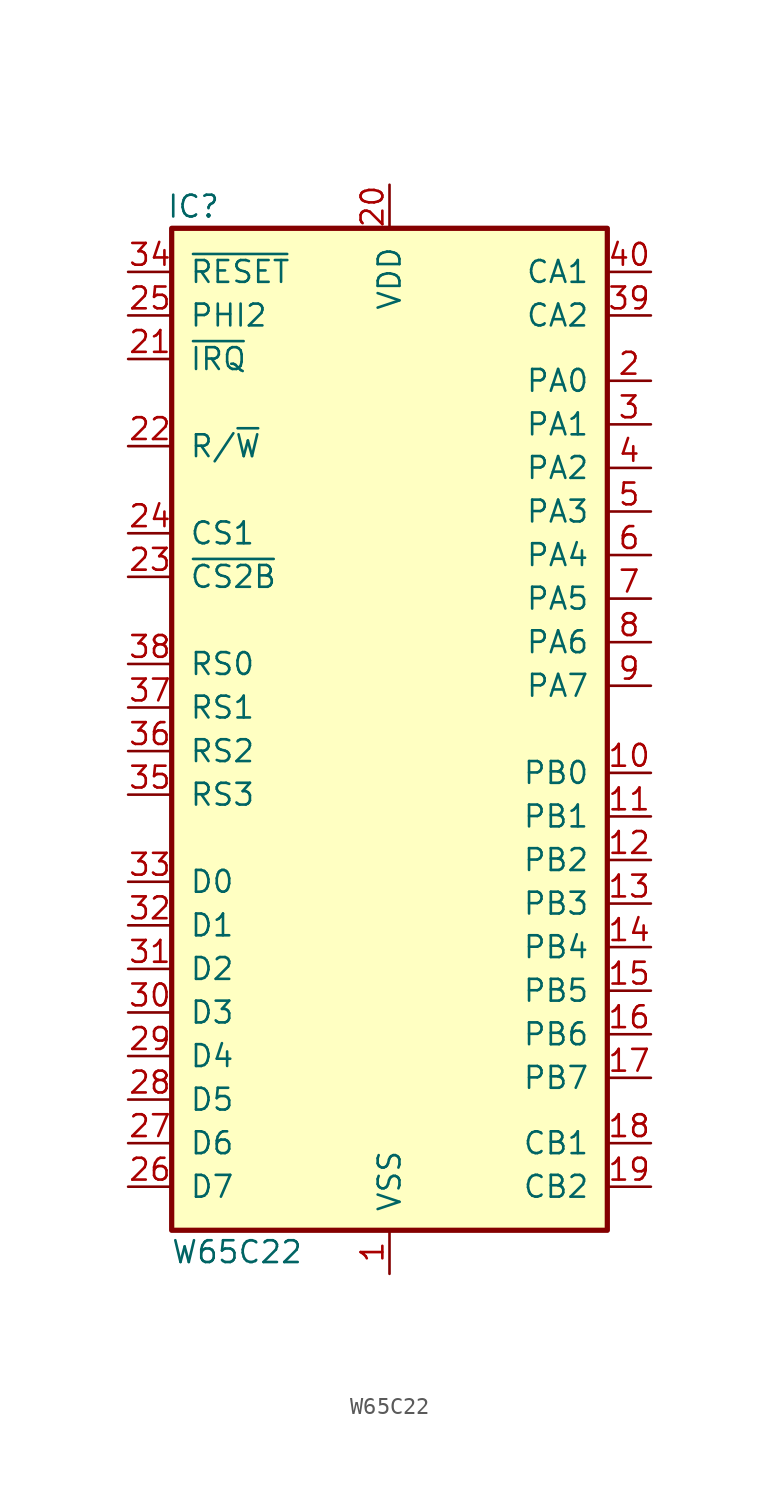
<source format=kicad_sym>
(kicad_symbol_lib
  (version 20231120)
  (generator "kicad_symbol_editor")
  (generator_version "8.0")
  (symbol "W65C22"
    (pin_names
      (offset 1.016))
    (property "Reference" "IC"
      (at -11.43 30.48 0)
      (effects (font (size 1.27 1.27))))
    (property "Value" "W65C22"
      (at -8.89 -30.48 0)
      (effects (font (size 1.27 1.27))))
    (symbol "W65C22_1_0"
      (rectangle (start -12.7 -29.21) (end 12.7 29.21) (stroke (width 0.305) (type solid)) (fill (type background))))
    (symbol "W65C22_1_1"
      (pin power_in line (at 0 -31.75 90) (length 2.54) (name "VSS" (effects (font (size 1.27 1.27)))) (number "1" (effects (font (size 1.27 1.27)))))
      (pin bidirectional line (at 15.24 -2.54 180) (length 2.54) (name "PB0" (effects (font (size 1.27 1.27)))) (number "10" (effects (font (size 1.27 1.27)))))
      (pin bidirectional line (at 15.24 -5.08 180) (length 2.54) (name "PB1" (effects (font (size 1.27 1.27)))) (number "11" (effects (font (size 1.27 1.27)))))
      (pin bidirectional line (at 15.24 -7.62 180) (length 2.54) (name "PB2" (effects (font (size 1.27 1.27)))) (number "12" (effects (font (size 1.27 1.27)))))
      (pin bidirectional line (at 15.24 -10.16 180) (length 2.54) (name "PB3" (effects (font (size 1.27 1.27)))) (number "13" (effects (font (size 1.27 1.27)))))
      (pin bidirectional line (at 15.24 -12.7 180) (length 2.54) (name "PB4" (effects (font (size 1.27 1.27)))) (number "14" (effects (font (size 1.27 1.27)))))
      (pin bidirectional line (at 15.24 -15.24 180) (length 2.54) (name "PB5" (effects (font (size 1.27 1.27)))) (number "15" (effects (font (size 1.27 1.27)))))
      (pin bidirectional line (at 15.24 -17.78 180) (length 2.54) (name "PB6" (effects (font (size 1.27 1.27)))) (number "16" (effects (font (size 1.27 1.27)))))
      (pin bidirectional line (at 15.24 -20.32 180) (length 2.54) (name "PB7" (effects (font (size 1.27 1.27)))) (number "17" (effects (font (size 1.27 1.27)))))
      (pin bidirectional line (at 15.24 -24.13 180) (length 2.54) (name "CB1" (effects (font (size 1.27 1.27)))) (number "18" (effects (font (size 1.27 1.27)))))
      (pin bidirectional line (at 15.24 -26.67 180) (length 2.54) (name "CB2" (effects (font (size 1.27 1.27)))) (number "19" (effects (font (size 1.27 1.27)))))
      (pin bidirectional line (at 15.24 20.32 180) (length 2.54) (name "PA0" (effects (font (size 1.27 1.27)))) (number "2" (effects (font (size 1.27 1.27)))))
      (pin power_in line (at 0 31.75 270) (length 2.54) (name "VDD" (effects (font (size 1.27 1.27)))) (number "20" (effects (font (size 1.27 1.27)))))
      (pin output line (at -15.24 21.59 0) (length 2.54) (name "~{IRQ}" (effects (font (size 1.27 1.27)))) (number "21" (effects (font (size 1.27 1.27)))))
      (pin input line (at -15.24 16.51 0) (length 2.54) (name "R/~{W}" (effects (font (size 1.27 1.27)))) (number "22" (effects (font (size 1.27 1.27)))))
      (pin input line (at -15.24 8.89 0) (length 2.54) (name "~{CS2B}" (effects (font (size 1.27 1.27)))) (number "23" (effects (font (size 1.27 1.27)))))
      (pin input line (at -15.24 11.43 0) (length 2.54) (name "CS1" (effects (font (size 1.27 1.27)))) (number "24" (effects (font (size 1.27 1.27)))))
      (pin input line (at -15.24 24.13 0) (length 2.54) (name "PHI2" (effects (font (size 1.27 1.27)))) (number "25" (effects (font (size 1.27 1.27)))))
      (pin input line (at -15.24 -26.67 0) (length 2.54) (name "D7" (effects (font (size 1.27 1.27)))) (number "26" (effects (font (size 1.27 1.27)))))
      (pin input line (at -15.24 -24.13 0) (length 2.54) (name "D6" (effects (font (size 1.27 1.27)))) (number "27" (effects (font (size 1.27 1.27)))))
      (pin input line (at -15.24 -21.59 0) (length 2.54) (name "D5" (effects (font (size 1.27 1.27)))) (number "28" (effects (font (size 1.27 1.27)))))
      (pin input line (at -15.24 -19.05 0) (length 2.54) (name "D4" (effects (font (size 1.27 1.27)))) (number "29" (effects (font (size 1.27 1.27)))))
      (pin bidirectional line (at 15.24 17.78 180) (length 2.54) (name "PA1" (effects (font (size 1.27 1.27)))) (number "3" (effects (font (size 1.27 1.27)))))
      (pin input line (at -15.24 -16.51 0) (length 2.54) (name "D3" (effects (font (size 1.27 1.27)))) (number "30" (effects (font (size 1.27 1.27)))))
      (pin input line (at -15.24 -13.97 0) (length 2.54) (name "D2" (effects (font (size 1.27 1.27)))) (number "31" (effects (font (size 1.27 1.27)))))
      (pin input line (at -15.24 -11.43 0) (length 2.54) (name "D1" (effects (font (size 1.27 1.27)))) (number "32" (effects (font (size 1.27 1.27)))))
      (pin input line (at -15.24 -8.89 0) (length 2.54) (name "D0" (effects (font (size 1.27 1.27)))) (number "33" (effects (font (size 1.27 1.27)))))
      (pin input line (at -15.24 26.67 0) (length 2.54) (name "~{RESET}" (effects (font (size 1.27 1.27)))) (number "34" (effects (font (size 1.27 1.27)))))
      (pin input line (at -15.24 -3.81 0) (length 2.54) (name "RS3" (effects (font (size 1.27 1.27)))) (number "35" (effects (font (size 1.27 1.27)))))
      (pin input line (at -15.24 -1.27 0) (length 2.54) (name "RS2" (effects (font (size 1.27 1.27)))) (number "36" (effects (font (size 1.27 1.27)))))
      (pin input line (at -15.24 1.27 0) (length 2.54) (name "RS1" (effects (font (size 1.27 1.27)))) (number "37" (effects (font (size 1.27 1.27)))))
      (pin input line (at -15.24 3.81 0) (length 2.54) (name "RS0" (effects (font (size 1.27 1.27)))) (number "38" (effects (font (size 1.27 1.27)))))
      (pin bidirectional line (at 15.24 24.13 180) (length 2.54) (name "CA2" (effects (font (size 1.27 1.27)))) (number "39" (effects (font (size 1.27 1.27)))))
      (pin bidirectional line (at 15.24 15.24 180) (length 2.54) (name "PA2" (effects (font (size 1.27 1.27)))) (number "4" (effects (font (size 1.27 1.27)))))
      (pin bidirectional line (at 15.24 26.67 180) (length 2.54) (name "CA1" (effects (font (size 1.27 1.27)))) (number "40" (effects (font (size 1.27 1.27)))))
      (pin bidirectional line (at 15.24 12.7 180) (length 2.54) (name "PA3" (effects (font (size 1.27 1.27)))) (number "5" (effects (font (size 1.27 1.27)))))
      (pin bidirectional line (at 15.24 10.16 180) (length 2.54) (name "PA4" (effects (font (size 1.27 1.27)))) (number "6" (effects (font (size 1.27 1.27)))))
      (pin bidirectional line (at 15.24 7.62 180) (length 2.54) (name "PA5" (effects (font (size 1.27 1.27)))) (number "7" (effects (font (size 1.27 1.27)))))
      (pin bidirectional line (at 15.24 5.08 180) (length 2.54) (name "PA6" (effects (font (size 1.27 1.27)))) (number "8" (effects (font (size 1.27 1.27)))))
      (pin bidirectional line (at 15.24 2.54 180) (length 2.54) (name "PA7" (effects (font (size 1.27 1.27)))) (number "9" (effects (font (size 1.27 1.27))))))))
</source>
